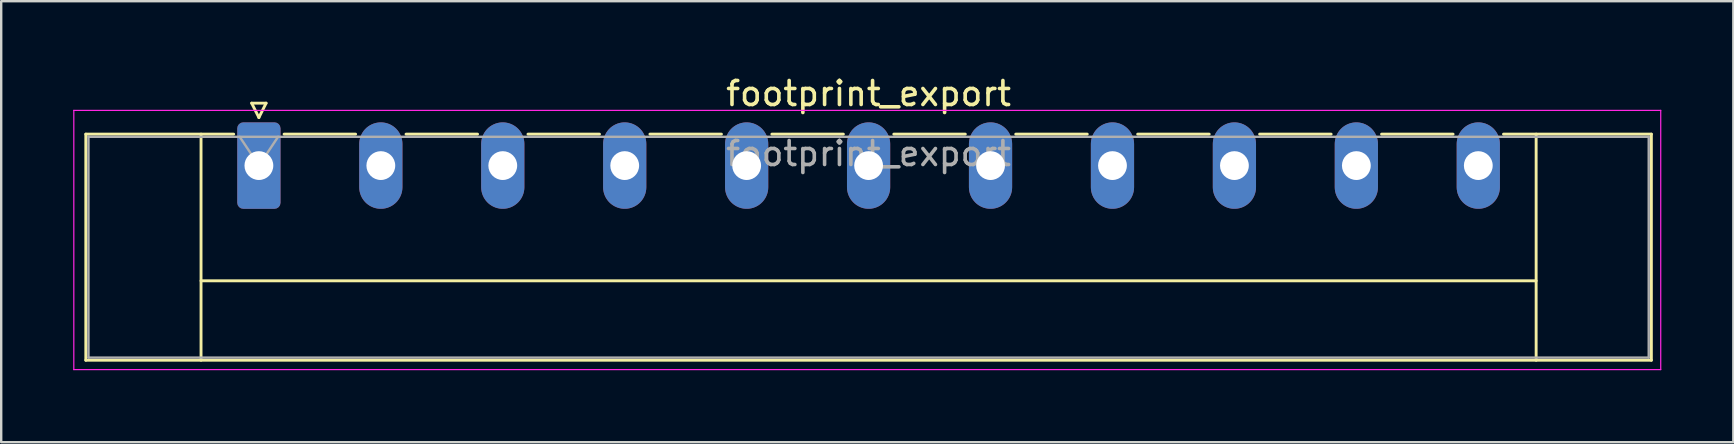
<source format=kicad_pcb>
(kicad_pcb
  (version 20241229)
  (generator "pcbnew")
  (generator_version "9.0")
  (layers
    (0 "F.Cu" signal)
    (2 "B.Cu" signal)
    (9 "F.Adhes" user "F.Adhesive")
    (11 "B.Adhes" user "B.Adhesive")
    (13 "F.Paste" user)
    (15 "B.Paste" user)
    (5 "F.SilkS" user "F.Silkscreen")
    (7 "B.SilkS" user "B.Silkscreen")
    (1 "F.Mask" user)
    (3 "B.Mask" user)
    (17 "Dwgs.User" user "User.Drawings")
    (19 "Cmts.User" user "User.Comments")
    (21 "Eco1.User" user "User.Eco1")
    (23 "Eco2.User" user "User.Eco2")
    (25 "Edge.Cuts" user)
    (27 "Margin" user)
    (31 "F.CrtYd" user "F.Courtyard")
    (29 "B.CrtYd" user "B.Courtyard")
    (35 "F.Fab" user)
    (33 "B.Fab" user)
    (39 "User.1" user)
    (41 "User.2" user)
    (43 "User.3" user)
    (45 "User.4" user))
  (footprint "footprint_export"
    (layer "F.Cu")
    (at 7.735 3.848)
    (property "Reference" "footprint_export" (at 25.4 -3 0) (layer "F.SilkS") (effects (font (size 1 1) (thickness 0.15))))
    (attr through_hole)
    (fp_line (start -7.21 -1.31) (end -7.21 8.11) (stroke (width 0.12) (type solid)) (layer "F.SilkS"))
    (fp_line (start -7.21 -1.31) (end -1.05 -1.31) (stroke (width 0.12) (type solid)) (layer "F.SilkS"))
    (fp_line (start -7.21 8.11) (end 58.01 8.11) (stroke (width 0.12) (type solid)) (layer "F.SilkS"))
    (fp_line (start -2.41 -1.31) (end -2.41 8.11) (stroke (width 0.12) (type solid)) (layer "F.SilkS"))
    (fp_line (start -2.41 4.8) (end 53.21 4.8) (stroke (width 0.12) (type solid)) (layer "F.SilkS"))
    (fp_line (start -0.3 -2.6) (end 0.3 -2.6) (stroke (width 0.12) (type solid)) (layer "F.SilkS"))
    (fp_line (start 0 -2) (end -0.3 -2.6) (stroke (width 0.12) (type solid)) (layer "F.SilkS"))
    (fp_line (start 0.3 -2.6) (end 0 -2) (stroke (width 0.12) (type solid)) (layer "F.SilkS"))
    (fp_line (start 1.05 -1.31) (end 4.03 -1.31) (stroke (width 0.12) (type solid)) (layer "F.SilkS"))
    (fp_line (start 6.13 -1.31) (end 9.11 -1.31) (stroke (width 0.12) (type solid)) (layer "F.SilkS"))
    (fp_line (start 11.21 -1.31) (end 14.19 -1.31) (stroke (width 0.12) (type solid)) (layer "F.SilkS"))
    (fp_line (start 16.29 -1.31) (end 19.27 -1.31) (stroke (width 0.12) (type solid)) (layer "F.SilkS"))
    (fp_line (start 21.37 -1.31) (end 24.35 -1.31) (stroke (width 0.12) (type solid)) (layer "F.SilkS"))
    (fp_line (start 26.45 -1.31) (end 29.43 -1.31) (stroke (width 0.12) (type solid)) (layer "F.SilkS"))
    (fp_line (start 31.53 -1.31) (end 34.51 -1.31) (stroke (width 0.12) (type solid)) (layer "F.SilkS"))
    (fp_line (start 36.61 -1.31) (end 39.59 -1.31) (stroke (width 0.12) (type solid)) (layer "F.SilkS"))
    (fp_line (start 41.69 -1.31) (end 44.67 -1.31) (stroke (width 0.12) (type solid)) (layer "F.SilkS"))
    (fp_line (start 46.77 -1.31) (end 49.75 -1.31) (stroke (width 0.12) (type solid)) (layer "F.SilkS"))
    (fp_line (start 53.21 -1.31) (end 53.21 8.11) (stroke (width 0.12) (type solid)) (layer "F.SilkS"))
    (fp_line (start 58.01 -1.31) (end 51.85 -1.31) (stroke (width 0.12) (type solid)) (layer "F.SilkS"))
    (fp_line (start 58.01 8.11) (end 58.01 -1.31) (stroke (width 0.12) (type solid)) (layer "F.SilkS"))
    (fp_line (start -7.71 -2.3) (end -7.71 8.5) (stroke (width 0.05) (type solid)) (layer "F.CrtYd"))
    (fp_line (start -7.71 8.5) (end 58.4 8.5) (stroke (width 0.05) (type solid)) (layer "F.CrtYd"))
    (fp_line (start 58.4 -2.3) (end -7.71 -2.3) (stroke (width 0.05) (type solid)) (layer "F.CrtYd"))
    (fp_line (start 58.4 8.5) (end 58.4 -2.3) (stroke (width 0.05) (type solid)) (layer "F.CrtYd"))
    (fp_line (start -7.1 -1.2) (end -7.1 8) (stroke (width 0.1) (type solid)) (layer "F.Fab"))
    (fp_line (start -7.1 8) (end 57.9 8) (stroke (width 0.1) (type solid)) (layer "F.Fab"))
    (fp_line (start 0 0) (end -0.8 -1.2) (stroke (width 0.1) (type solid)) (layer "F.Fab"))
    (fp_line (start 0.8 -1.2) (end 0 0) (stroke (width 0.1) (type solid)) (layer "F.Fab"))
    (fp_line (start 57.9 -1.2) (end -7.1 -1.2) (stroke (width 0.1) (type solid)) (layer "F.Fab"))
    (fp_line (start 57.9 8) (end 57.9 -1.2) (stroke (width 0.1) (type solid)) (layer "F.Fab"))
    (fp_text user "${REFERENCE}" (at 25.4 -0.5 0) (layer "F.Fab") (effects (font (size 1 1) (thickness 0.15))))
    (pad "1" thru_hole roundrect (at 0 0) (size 1.8 3.6) (drill 1.2) (layers "*.Cu" "*.Mask") (roundrect_rratio 0.139))
    (pad "2" thru_hole oval (at 5.08 0) (size 1.8 3.6) (drill 1.2) (layers "*.Cu" "*.Mask"))
    (pad "3" thru_hole oval (at 10.16 0) (size 1.8 3.6) (drill 1.2) (layers "*.Cu" "*.Mask"))
    (pad "4" thru_hole oval (at 15.24 0) (size 1.8 3.6) (drill 1.2) (layers "*.Cu" "*.Mask"))
    (pad "5" thru_hole oval (at 20.32 0) (size 1.8 3.6) (drill 1.2) (layers "*.Cu" "*.Mask"))
    (pad "6" thru_hole oval (at 25.4 0) (size 1.8 3.6) (drill 1.2) (layers "*.Cu" "*.Mask"))
    (pad "7" thru_hole oval (at 30.48 0) (size 1.8 3.6) (drill 1.2) (layers "*.Cu" "*.Mask"))
    (pad "8" thru_hole oval (at 35.56 0) (size 1.8 3.6) (drill 1.2) (layers "*.Cu" "*.Mask"))
    (pad "9" thru_hole oval (at 40.64 0) (size 1.8 3.6) (drill 1.2) (layers "*.Cu" "*.Mask"))
    (pad "10" thru_hole oval (at 45.72 0) (size 1.8 3.6) (drill 1.2) (layers "*.Cu" "*.Mask"))
    (pad "11" thru_hole oval (at 50.8 0) (size 1.8 3.6) (drill 1.2) (layers "*.Cu" "*.Mask")))
  (gr_rect
    (start -3 -3)
    (end 69.16 15.373)
    (stroke (width 0.1) (type default))
    (fill no)
    (layer "Edge.Cuts")))
</source>
